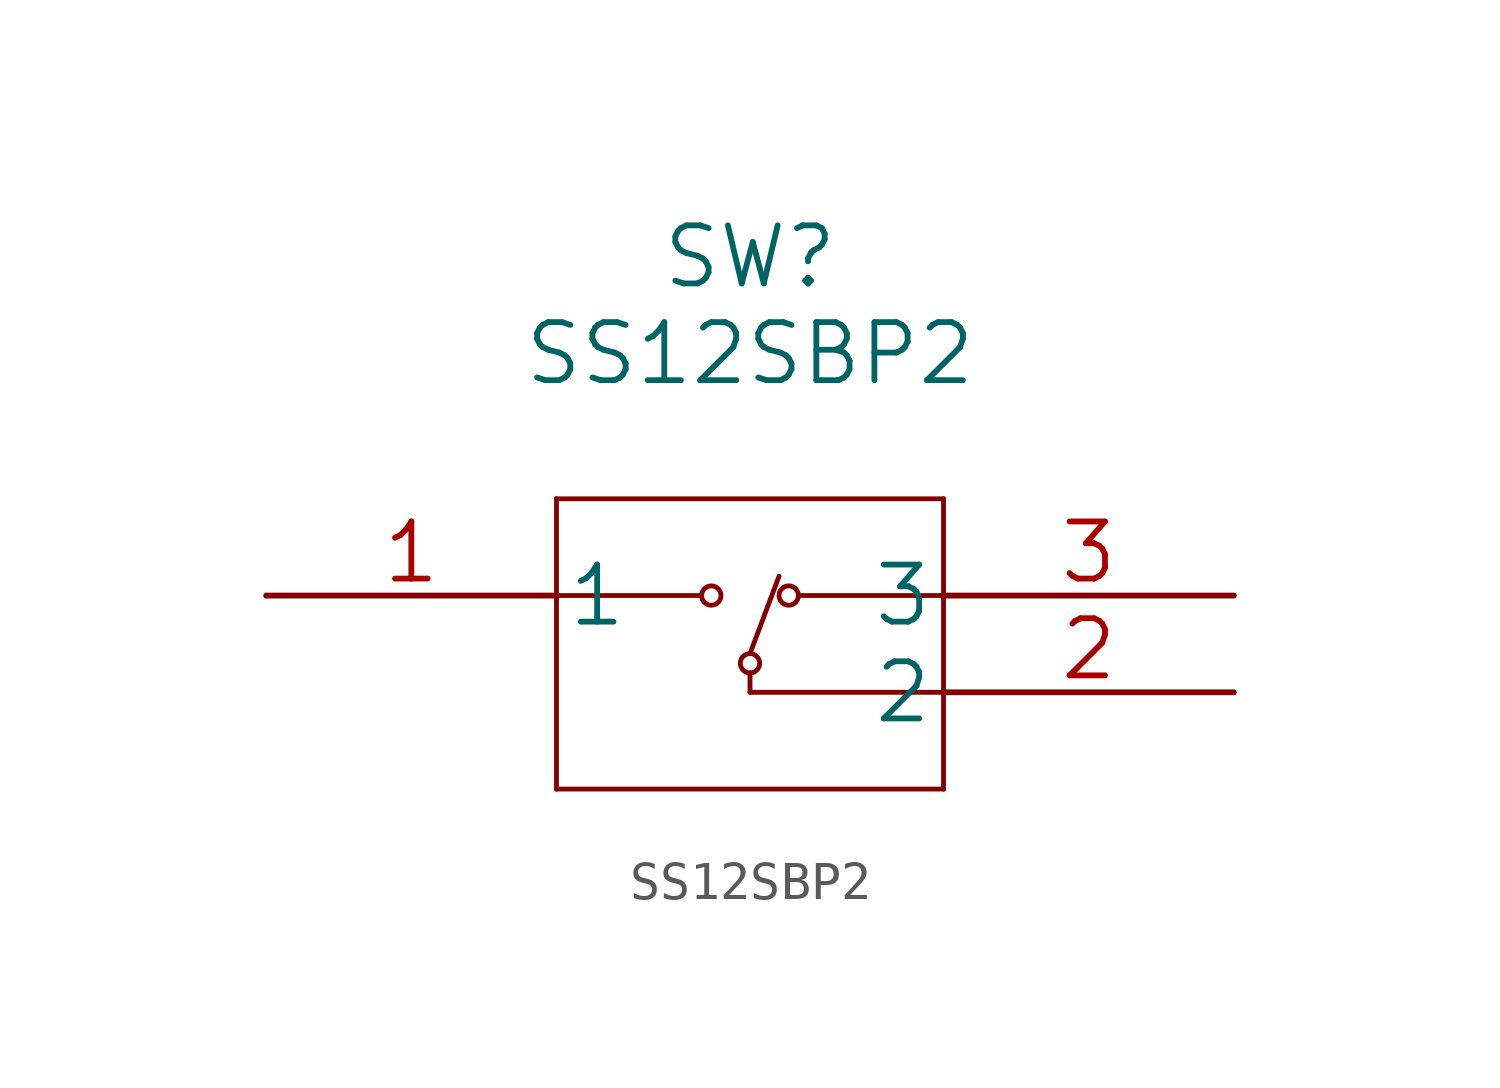
<source format=kicad_sym>
(kicad_symbol_lib
  (version 20220914)
  (generator kicad_symbol_editor)
  (symbol "SS12SBP2"
    (pin_names
      (offset 0.254))
    (property "Reference" "SW"
      (at 12.7 8.89 0)
      (effects (font (size 1.524 1.524))))
    (property "Value" "SS12SBP2"
      (at 12.7 6.35 0)
      (effects (font (size 1.524 1.524))))
    (property "Datasheet" ""
      (at 0 0 0)
      (effects (font (size 1.524 1.524))))
    (symbol "SS12SBP2_1_1"
      (polyline (pts (xy 7.62 -5.08) (xy 17.78 -5.08)) (stroke (width 0.127) (type solid)) (fill (type none)))
      (polyline (pts (xy 7.62 0) (xy 11.43 0)) (stroke (width 0.127) (type solid)) (fill (type none)))
      (polyline (pts (xy 7.62 2.54) (xy 7.62 -5.08)) (stroke (width 0.127) (type solid)) (fill (type none)))
      (polyline (pts (xy 12.7 -2.032) (xy 12.7 -2.54)) (stroke (width 0.127) (type solid)) (fill (type none)))
      (polyline (pts (xy 12.7 -1.524) (xy 13.462 0.508)) (stroke (width 0.127) (type solid)) (fill (type none)))
      (polyline (pts (xy 17.78 -5.08) (xy 17.78 2.54)) (stroke (width 0.127) (type solid)) (fill (type none)))
      (polyline (pts (xy 17.78 -2.54) (xy 12.7 -2.54)) (stroke (width 0.127) (type solid)) (fill (type none)))
      (polyline (pts (xy 17.78 0) (xy 13.97 0)) (stroke (width 0.127) (type solid)) (fill (type none)))
      (polyline (pts (xy 17.78 2.54) (xy 7.62 2.54)) (stroke (width 0.127) (type solid)) (fill (type none)))
      (circle (center 11.684 0) (radius 0.254) (stroke (width 0.127) (type solid)) (fill (type none)))
      (circle (center 12.7 -1.778) (radius 0.254) (stroke (width 0.127) (type solid)) (fill (type none)))
      (circle (center 13.716 0) (radius 0.254) (stroke (width 0.127) (type solid)) (fill (type none)))
      (pin unspecified line (at 0 0 0) (length 7.62) (name "1" (effects (font (size 1.499 1.499)))) (number "1" (effects (font (size 1.499 1.499)))))
      (pin unspecified line (at 25.4 -2.54 180) (length 7.62) (name "2" (effects (font (size 1.499 1.499)))) (number "2" (effects (font (size 1.499 1.499)))))
      (pin unspecified line (at 25.4 0 180) (length 7.62) (name "3" (effects (font (size 1.499 1.499)))) (number "3" (effects (font (size 1.499 1.499))))))))
</source>
